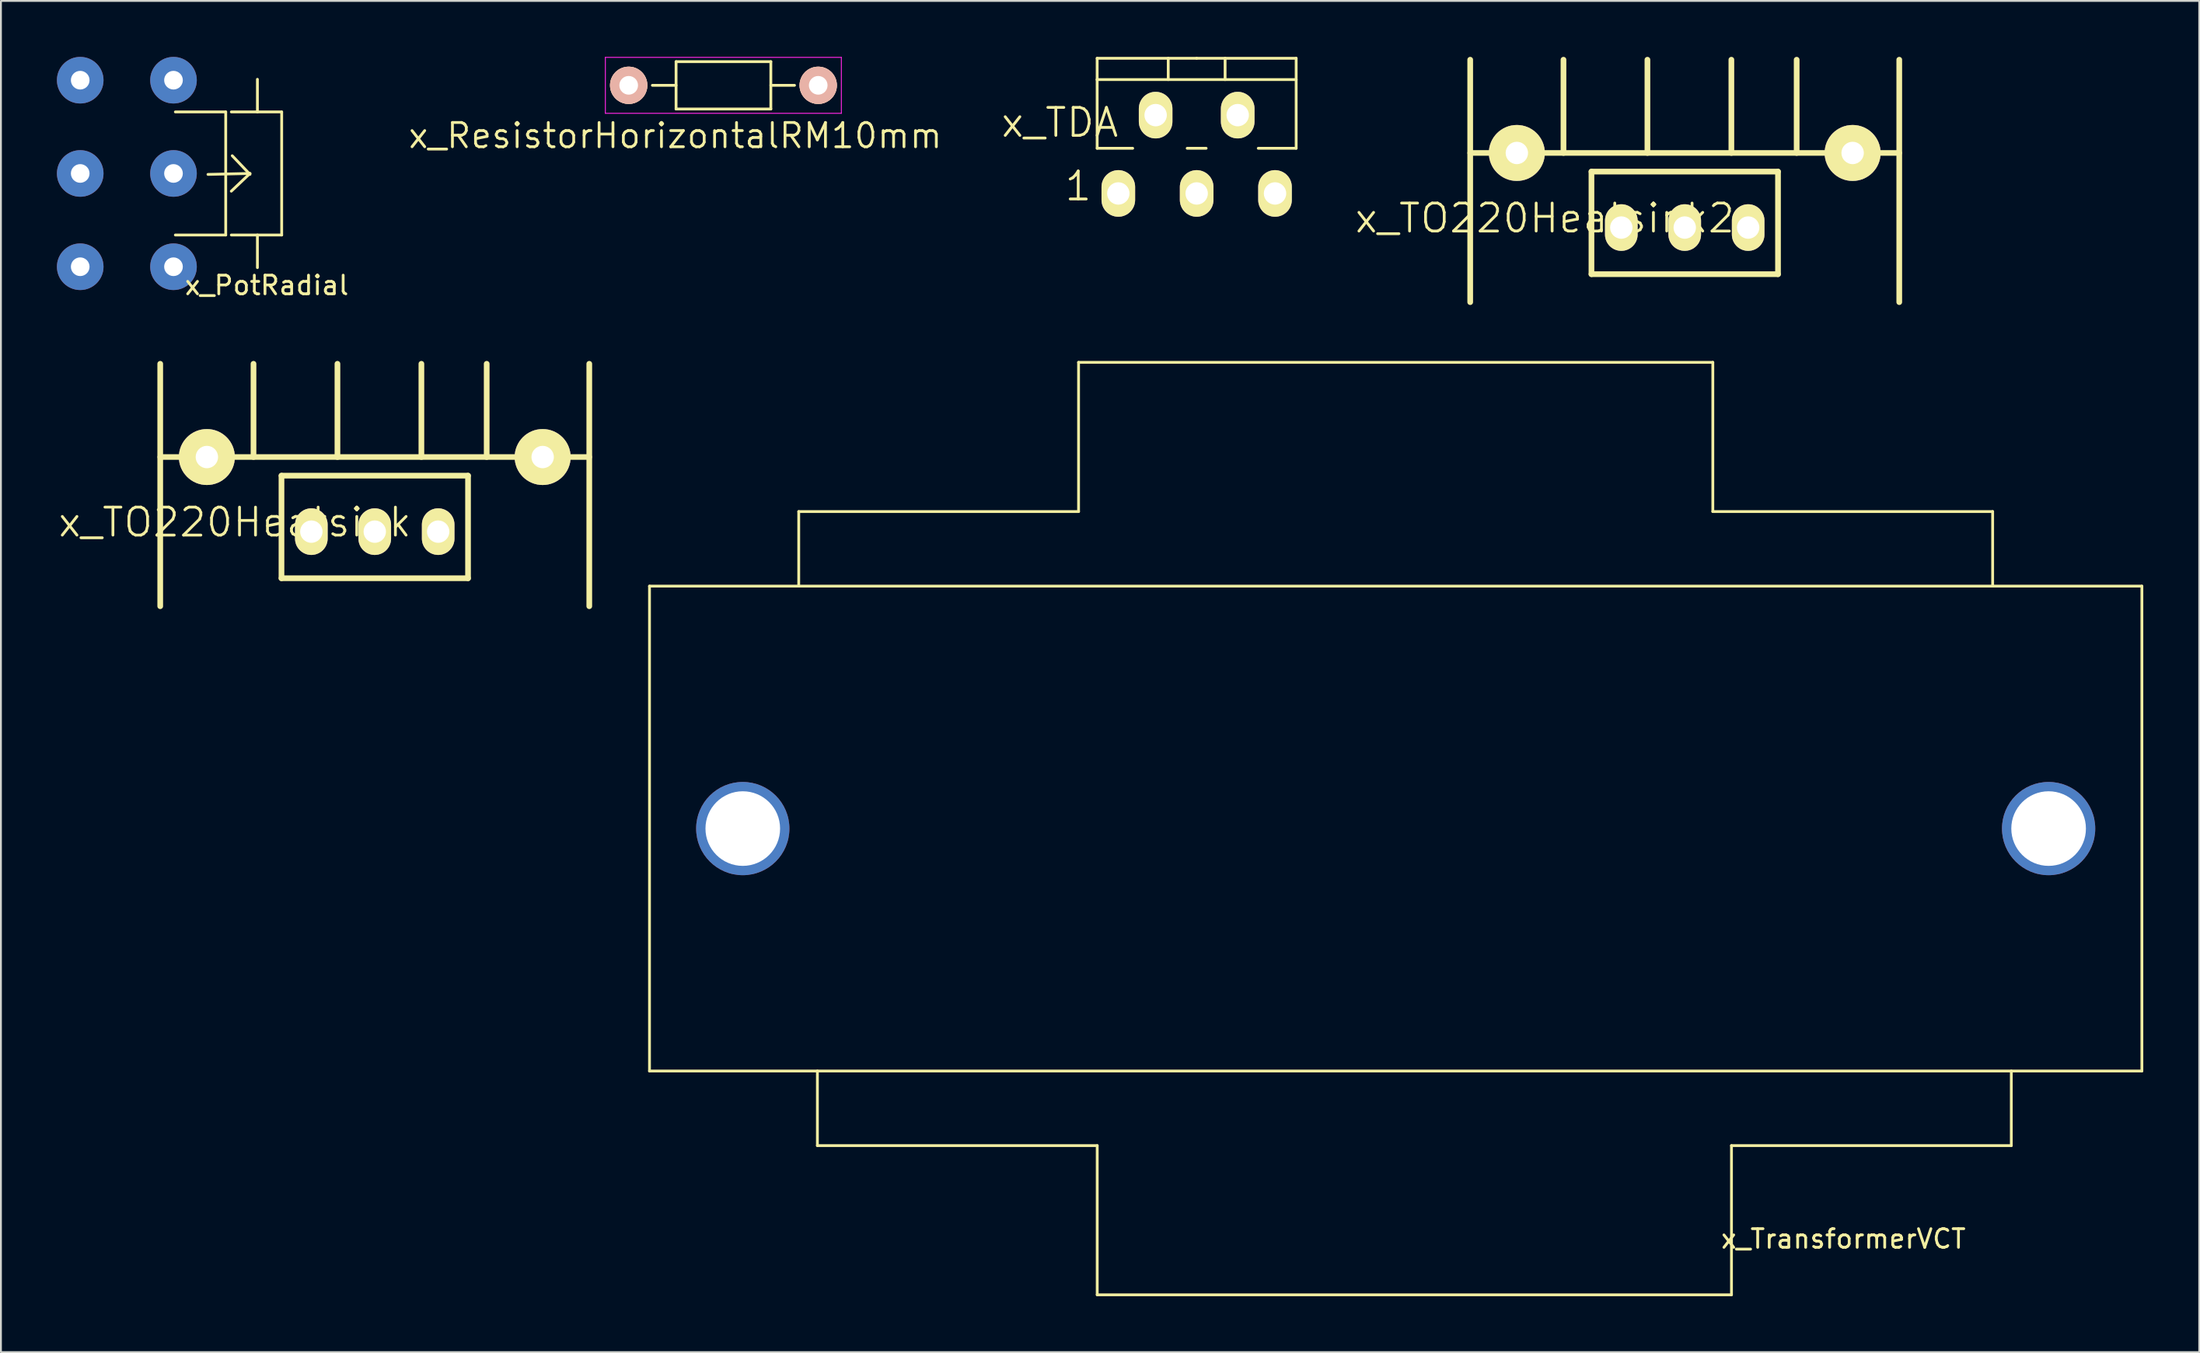
<source format=kicad_pcb>
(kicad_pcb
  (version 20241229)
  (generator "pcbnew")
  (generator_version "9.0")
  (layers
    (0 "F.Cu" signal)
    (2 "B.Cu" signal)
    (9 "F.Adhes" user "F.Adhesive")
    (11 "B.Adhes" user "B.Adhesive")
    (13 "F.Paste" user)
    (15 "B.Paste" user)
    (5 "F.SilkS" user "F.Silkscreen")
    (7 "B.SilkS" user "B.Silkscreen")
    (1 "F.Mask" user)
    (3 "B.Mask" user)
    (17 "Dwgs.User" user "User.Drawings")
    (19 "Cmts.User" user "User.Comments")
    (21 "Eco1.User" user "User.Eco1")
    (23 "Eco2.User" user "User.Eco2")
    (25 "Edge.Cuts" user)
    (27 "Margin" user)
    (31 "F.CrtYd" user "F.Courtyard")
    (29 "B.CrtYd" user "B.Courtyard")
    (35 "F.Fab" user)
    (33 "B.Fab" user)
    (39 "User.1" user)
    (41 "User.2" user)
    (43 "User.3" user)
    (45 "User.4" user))
  (footprint "x_TO220Heatsink"
    (layer "F.Cu")
    (at 17.039 25.457)
    (property "Reference" "x_TO220Heatsink" (at -7.5 -0.5 0) (layer "F.SilkS") (effects (font (size 1.5 1.5) (thickness 0.15))))
    (attr through_hole)
    (fp_line (start -11.5 -9) (end -11.5 4) (stroke (width 0.305) (type solid)) (layer "F.SilkS"))
    (fp_line (start -6.5 -9) (end -6.5 -4) (stroke (width 0.305) (type solid)) (layer "F.SilkS"))
    (fp_line (start -5 -3) (end -5 2.5) (stroke (width 0.305) (type solid)) (layer "F.SilkS"))
    (fp_line (start -5 2.5) (end 5 2.5) (stroke (width 0.305) (type solid)) (layer "F.SilkS"))
    (fp_line (start -2 -9) (end -2 -4) (stroke (width 0.305) (type solid)) (layer "F.SilkS"))
    (fp_line (start 2.5 -9) (end 2.5 -4) (stroke (width 0.305) (type solid)) (layer "F.SilkS"))
    (fp_line (start 5 -3) (end -5 -3) (stroke (width 0.305) (type solid)) (layer "F.SilkS"))
    (fp_line (start 5 2.5) (end 5 -3) (stroke (width 0.305) (type solid)) (layer "F.SilkS"))
    (fp_line (start 6 -9) (end 6 -4) (stroke (width 0.305) (type solid)) (layer "F.SilkS"))
    (fp_line (start 11.5 -9) (end 11.5 4) (stroke (width 0.305) (type solid)) (layer "F.SilkS"))
    (fp_line (start 11.5 -4) (end -11.5 -4) (stroke (width 0.3) (type solid)) (layer "F.SilkS"))
    (pad "" thru_hole circle (at -9 -4) (size 3 3) (drill 1.2) (layers "*.Cu" "*.Mask" "F.SilkS"))
    (pad "" thru_hole circle (at 9 -4) (size 3 3) (drill 1.2) (layers "*.Cu" "*.Mask" "F.SilkS"))
    (pad "1" thru_hole oval (at -3.4 0) (size 1.748 2.499) (drill 1.2) (layers "*.Cu" "*.Mask" "F.SilkS"))
    (pad "2" thru_hole oval (at 0 0) (size 1.748 2.499) (drill 1.2) (layers "*.Cu" "*.Mask" "F.SilkS"))
    (pad "3" thru_hole oval (at 3.4 0) (size 1.745 2.499) (drill 1.2) (layers "*.Cu" "*.Mask" "F.SilkS")))
  (footprint "x_PotRadial"
    (layer "F.Cu")
    (at 1.25 1.25)
    (property "Reference" "x_PotRadial" (at 10 11 0) (layer "F.SilkS") (effects (font (size 1 1) (thickness 0.15))))
    (attr through_hole)
    (fp_line (start 5.1 1.702) (end 7.8 1.702) (stroke (width 0.15) (type solid)) (layer "F.SilkS"))
    (fp_line (start 7.8 1.702) (end 7.8 8.301) (stroke (width 0.15) (type solid)) (layer "F.SilkS"))
    (fp_line (start 7.8 8.301) (end 5.1 8.301) (stroke (width 0.15) (type solid)) (layer "F.SilkS"))
    (fp_line (start 8.1 1.702) (end 10.8 1.702) (stroke (width 0.15) (type solid)) (layer "F.SilkS"))
    (fp_line (start 9.1 5.001) (end 6.849 5.052) (stroke (width 0.15) (type solid)) (layer "F.SilkS"))
    (fp_line (start 9.1 5.001) (end 8.099 5.951) (stroke (width 0.15) (type solid)) (layer "F.SilkS"))
    (fp_line (start 9.1 5.052) (end 8.15 4.051) (stroke (width 0.15) (type solid)) (layer "F.SilkS"))
    (fp_line (start 9.499 1.702) (end 9.499 -0.048) (stroke (width 0.15) (type solid)) (layer "F.SilkS"))
    (fp_line (start 9.499 8.301) (end 9.499 10.051) (stroke (width 0.15) (type solid)) (layer "F.SilkS"))
    (fp_line (start 10.8 1.702) (end 10.8 8.301) (stroke (width 0.15) (type solid)) (layer "F.SilkS"))
    (fp_line (start 10.8 8.301) (end 8.1 8.301) (stroke (width 0.15) (type solid)) (layer "F.SilkS"))
    (pad "1" thru_hole circle (at 5 0) (size 2.499 2.499) (drill 1) (layers "*.Cu" "*.Mask"))
    (pad "2" thru_hole circle (at 5 10.003) (size 2.499 2.499) (drill 1) (layers "*.Cu" "*.Mask"))
    (pad "3" thru_hole circle (at 5 5.001) (size 2.499 2.499) (drill 1) (layers "*.Cu" "*.Mask"))
    (pad "4" thru_hole circle (at 0 0) (size 2.499 2.499) (drill 1) (layers "*.Cu" "*.Mask"))
    (pad "5" thru_hole circle (at 0 10.003) (size 2.499 2.499) (drill 1) (layers "*.Cu" "*.Mask"))
    (pad "6" thru_hole circle (at 0 5.001) (size 2.499 2.499) (drill 1) (layers "*.Cu" "*.Mask")))
  (footprint "x_TO220Heatsink2"
    (layer "F.Cu")
    (at 87.261 9.152)
    (property "Reference" "x_TO220Heatsink2" (at -7.5 -0.5 0) (layer "F.SilkS") (effects (font (size 1.5 1.5) (thickness 0.15))))
    (attr through_hole)
    (fp_line (start -11.5 -9) (end -11.5 4) (stroke (width 0.305) (type solid)) (layer "F.SilkS"))
    (fp_line (start -6.5 -9) (end -6.5 -4) (stroke (width 0.305) (type solid)) (layer "F.SilkS"))
    (fp_line (start -5 -3) (end -5 2.5) (stroke (width 0.305) (type solid)) (layer "F.SilkS"))
    (fp_line (start -5 2.5) (end 5 2.5) (stroke (width 0.305) (type solid)) (layer "F.SilkS"))
    (fp_line (start -2 -9) (end -2 -4) (stroke (width 0.305) (type solid)) (layer "F.SilkS"))
    (fp_line (start 2.5 -9) (end 2.5 -4) (stroke (width 0.305) (type solid)) (layer "F.SilkS"))
    (fp_line (start 5 -3) (end -5 -3) (stroke (width 0.305) (type solid)) (layer "F.SilkS"))
    (fp_line (start 5 2.5) (end 5 -3) (stroke (width 0.305) (type solid)) (layer "F.SilkS"))
    (fp_line (start 6 -9) (end 6 -4) (stroke (width 0.305) (type solid)) (layer "F.SilkS"))
    (fp_line (start 11.5 -9) (end 11.5 4) (stroke (width 0.305) (type solid)) (layer "F.SilkS"))
    (fp_line (start 11.5 -4) (end -11.5 -4) (stroke (width 0.3) (type solid)) (layer "F.SilkS"))
    (pad "" thru_hole circle (at -9 -4) (size 3 3) (drill 1.2) (layers "*.Cu" "*.Mask" "F.SilkS"))
    (pad "" thru_hole circle (at 9 -4) (size 3 3) (drill 1.2) (layers "*.Cu" "*.Mask" "F.SilkS"))
    (pad "1" thru_hole oval (at -3.4 0) (size 1.748 2.499) (drill 1.2) (layers "*.Cu" "*.Mask" "F.SilkS"))
    (pad "2" thru_hole oval (at 0 0) (size 1.748 2.499) (drill 1.2) (layers "*.Cu" "*.Mask" "F.SilkS"))
    (pad "3" thru_hole oval (at 3.4 0) (size 1.745 2.499) (drill 1.2) (layers "*.Cu" "*.Mask" "F.SilkS")))
  (footprint "x_TransformerVCT"
    (layer "F.Cu")
    (at 46.767 28.38)
    (property "Reference" "x_TransformerVCT" (at 49 35 0) (layer "F.SilkS") (effects (font (size 1 1) (thickness 0.15))))
    (attr through_hole)
    (fp_line (start -15 0) (end 65 0) (stroke (width 0.15) (type solid)) (layer "F.SilkS"))
    (fp_line (start -15 26) (end -15 0) (stroke (width 0.15) (type solid)) (layer "F.SilkS"))
    (fp_line (start -7 -4) (end 8 -4) (stroke (width 0.15) (type solid)) (layer "F.SilkS"))
    (fp_line (start -7 0) (end -7 -4) (stroke (width 0.15) (type solid)) (layer "F.SilkS"))
    (fp_line (start -6 30) (end -6 26) (stroke (width 0.15) (type solid)) (layer "F.SilkS"))
    (fp_line (start 8 -12) (end 42 -12) (stroke (width 0.15) (type solid)) (layer "F.SilkS"))
    (fp_line (start 8 -4) (end 8 -12) (stroke (width 0.15) (type solid)) (layer "F.SilkS"))
    (fp_line (start 9 30) (end -6 30) (stroke (width 0.15) (type solid)) (layer "F.SilkS"))
    (fp_line (start 9 38) (end 9 30) (stroke (width 0.15) (type solid)) (layer "F.SilkS"))
    (fp_line (start 42 -12) (end 42 -4) (stroke (width 0.15) (type solid)) (layer "F.SilkS"))
    (fp_line (start 42 -4) (end 57 -4) (stroke (width 0.15) (type solid)) (layer "F.SilkS"))
    (fp_line (start 43 30) (end 43 38) (stroke (width 0.15) (type solid)) (layer "F.SilkS"))
    (fp_line (start 43 38) (end 9 38) (stroke (width 0.15) (type solid)) (layer "F.SilkS"))
    (fp_line (start 57 -4) (end 57 0) (stroke (width 0.15) (type solid)) (layer "F.SilkS"))
    (fp_line (start 58 26) (end 58 30) (stroke (width 0.15) (type solid)) (layer "F.SilkS"))
    (fp_line (start 58 30) (end 43 30) (stroke (width 0.15) (type solid)) (layer "F.SilkS"))
    (fp_line (start 65 0) (end 65 26) (stroke (width 0.15) (type solid)) (layer "F.SilkS"))
    (fp_line (start 65 26) (end -15 26) (stroke (width 0.15) (type solid)) (layer "F.SilkS"))
    (pad "1" thru_hole circle (at -10 13) (size 5 5) (drill 4) (layers "*.Cu" "*.Mask"))
    (pad "1" thru_hole circle (at 60 13) (size 5 5) (drill 4) (layers "*.Cu" "*.Mask")))
  (footprint "x_ResistorHorizontalRM10mm"
    (layer "F.Cu")
    (at 30.651 1.525)
    (property "Reference" "x_ResistorHorizontalRM10mm" (at 2.5 2.7 0) (layer "F.SilkS") (effects (font (size 1.3 1.3) (thickness 0.15))))
    (attr through_hole)
    (fp_line (start 2.54 -1.27) (end 7.62 -1.27) (stroke (width 0.15) (type solid)) (layer "F.SilkS"))
    (fp_line (start 2.54 0) (end 1.27 0) (stroke (width 0.15) (type solid)) (layer "F.SilkS"))
    (fp_line (start 2.54 1.27) (end 2.54 -1.27) (stroke (width 0.15) (type solid)) (layer "F.SilkS"))
    (fp_line (start 7.62 -1.27) (end 7.62 1.27) (stroke (width 0.15) (type solid)) (layer "F.SilkS"))
    (fp_line (start 7.62 0) (end 8.89 0) (stroke (width 0.15) (type solid)) (layer "F.SilkS"))
    (fp_line (start 7.62 1.27) (end 2.54 1.27) (stroke (width 0.15) (type solid)) (layer "F.SilkS"))
    (fp_line (start -1.25 -1.5) (end 11.4 -1.5) (stroke (width 0.05) (type solid)) (layer "F.CrtYd"))
    (fp_line (start -1.25 1.5) (end -1.25 -1.5) (stroke (width 0.05) (type solid)) (layer "F.CrtYd"))
    (fp_line (start -1.25 1.5) (end 11.4 1.5) (stroke (width 0.05) (type solid)) (layer "F.CrtYd"))
    (fp_line (start 11.4 -1.5) (end 11.4 1.5) (stroke (width 0.05) (type solid)) (layer "F.CrtYd"))
    (pad "1" thru_hole circle (at 0 0) (size 2 2) (drill 1) (layers "*.Cu" "*.SilkS" "*.Mask"))
    (pad "2" thru_hole circle (at 10.16 0) (size 2 2) (drill 1) (layers "*.Cu" "*.SilkS" "*.Mask")))
  (footprint "x_TDA"
    (layer "F.Cu")
    (at 61.098 3.123)
    (property "Reference" "x_TDA" (at -7.335 0.4 0) (layer "F.SilkS") (effects (font (size 1.5 1.5) (thickness 0.15))))
    (attr through_hole)
    (fp_line (start -5.334 -1.905) (end -5.334 -3.048) (stroke (width 0.15) (type solid)) (layer "F.SilkS"))
    (fp_line (start -5.334 1.778) (end -5.334 -1.905) (stroke (width 0.15) (type solid)) (layer "F.SilkS"))
    (fp_line (start -5.334 1.778) (end -3.429 1.778) (stroke (width 0.15) (type solid)) (layer "F.SilkS"))
    (fp_line (start -1.524 -3.048) (end -1.524 -1.905) (stroke (width 0.15) (type solid)) (layer "F.SilkS"))
    (fp_line (start -0.508 1.778) (end 0.508 1.778) (stroke (width 0.15) (type solid)) (layer "F.SilkS"))
    (fp_line (start 0 -3.048) (end -5.334 -3.048) (stroke (width 0.15) (type solid)) (layer "F.SilkS"))
    (fp_line (start 0 -3.048) (end 5.334 -3.048) (stroke (width 0.15) (type solid)) (layer "F.SilkS"))
    (fp_line (start 1.524 -3.048) (end 1.524 -1.905) (stroke (width 0.15) (type solid)) (layer "F.SilkS"))
    (fp_line (start 3.302 1.778) (end 5.334 1.778) (stroke (width 0.15) (type solid)) (layer "F.SilkS"))
    (fp_line (start 5.334 -3.048) (end 5.334 -1.905) (stroke (width 0.15) (type solid)) (layer "F.SilkS"))
    (fp_line (start 5.334 -1.905) (end -5.334 -1.905) (stroke (width 0.15) (type solid)) (layer "F.SilkS"))
    (fp_line (start 5.334 -1.905) (end 5.334 1.778) (stroke (width 0.15) (type solid)) (layer "F.SilkS"))
    (fp_text user "1" (at -6.35 3.81 0) (layer "F.SilkS") (effects (font (size 1.5 1.5) (thickness 0.15))))
    (pad "1" thru_hole oval (at -4.2 4.2 90) (size 2.499 1.801) (drill 1.2) (layers "*.Cu" "*.Mask" "F.SilkS"))
    (pad "2" thru_hole oval (at -2.2 0 90) (size 2.499 1.801) (drill 1.2) (layers "*.Cu" "*.Mask" "F.SilkS"))
    (pad "3" thru_hole oval (at 0 4.2 90) (size 2.499 1.801) (drill 1.2) (layers "*.Cu" "*.Mask" "F.SilkS"))
    (pad "4" thru_hole oval (at 2.2 0 90) (size 2.499 1.801) (drill 1.2) (layers "*.Cu" "*.Mask" "F.SilkS"))
    (pad "5" thru_hole oval (at 4.2 4.2 90) (size 2.499 1.801) (drill 1.2) (layers "*.Cu" "*.Mask" "F.SilkS")))
  (gr_rect
    (start -3 -3)
    (end 114.842 69.455)
    (stroke (width 0.1) (type default))
    (fill no)
    (layer "Edge.Cuts")))
</source>
